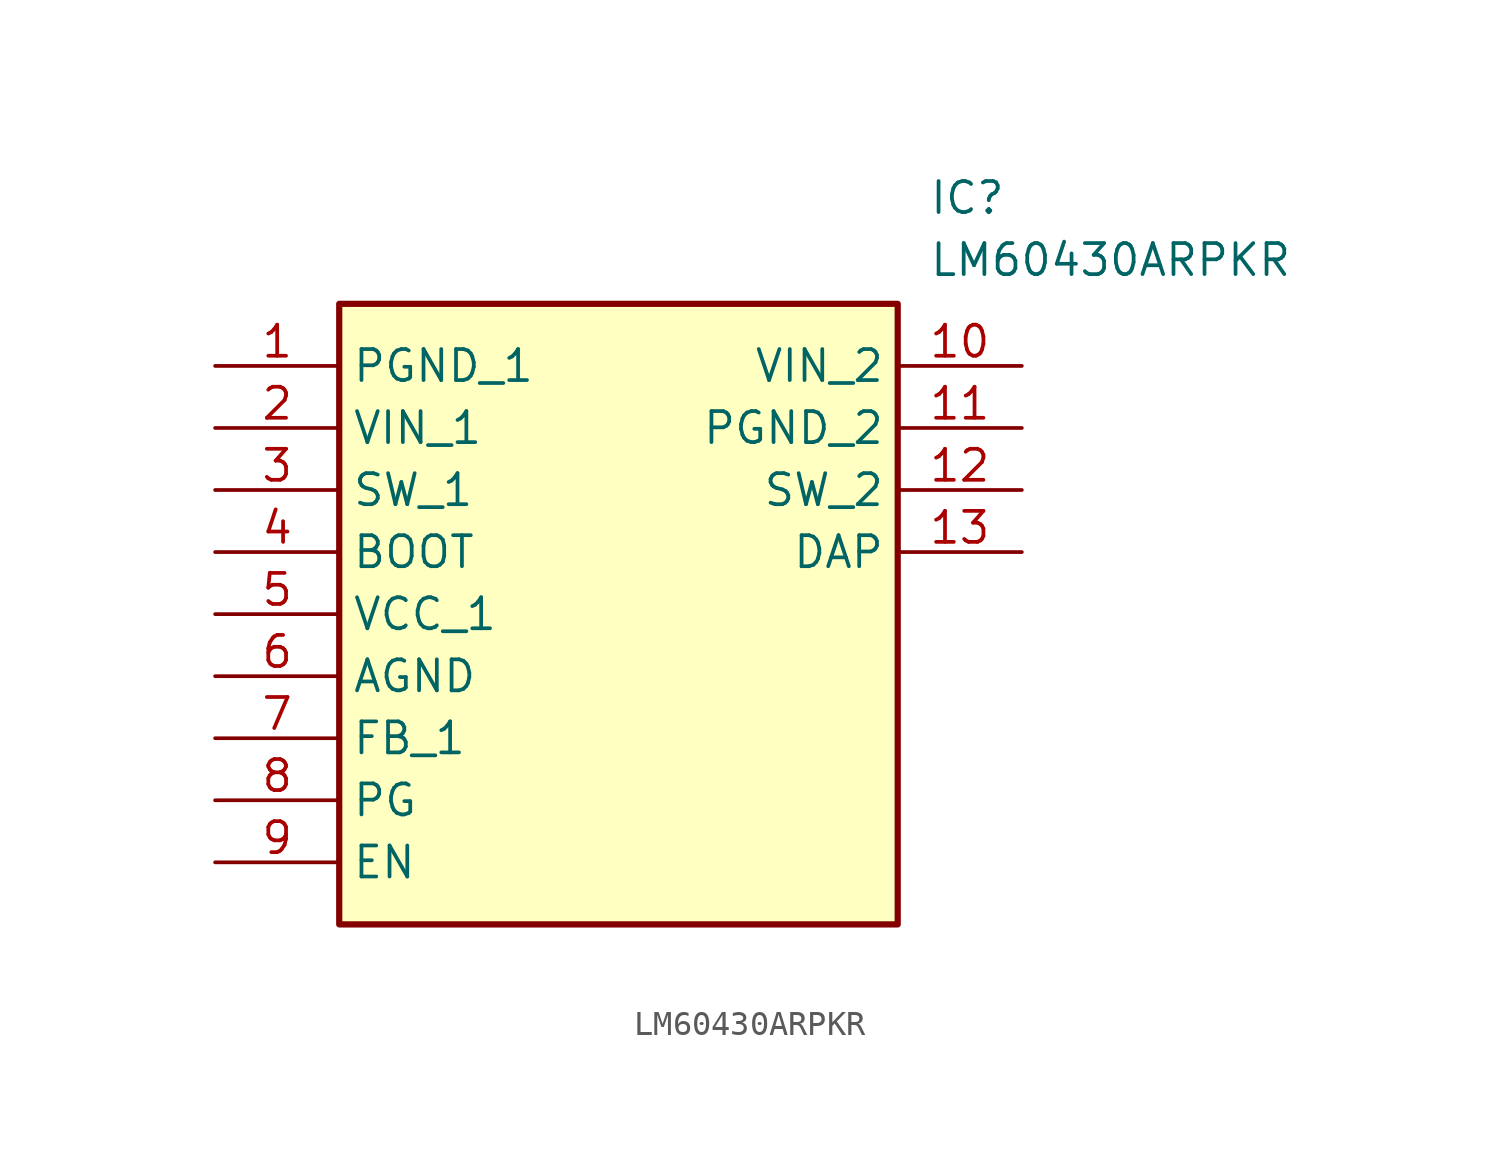
<source format=kicad_sym>
(kicad_symbol_lib
  (version 20241209)
  (generator "kicad_symbol_editor")
  (generator_version "9.0")
  (symbol "LM60430ARPKR"
    (property "Reference" "IC"
      (at 29.21 7.62 0)
      (effects (font (size 1.27 1.27)) (justify left top)))
    (property "Value" "LM60430ARPKR"
      (at 29.21 5.08 0)
      (effects (font (size 1.27 1.27)) (justify left top)))
    (symbol "LM60430ARPKR_1_1"
      (rectangle (start 5.08 2.54) (end 27.94 -22.86) (stroke (width 0.254) (type default)) (fill (type background)))
      (pin passive line (at 0 0 0) (length 5.08) (name "PGND_1" (effects (font (size 1.27 1.27)))) (number "1" (effects (font (size 1.27 1.27)))))
      (pin passive line (at 0 -2.54 0) (length 5.08) (name "VIN_1" (effects (font (size 1.27 1.27)))) (number "2" (effects (font (size 1.27 1.27)))))
      (pin passive line (at 0 -5.08 0) (length 5.08) (name "SW_1" (effects (font (size 1.27 1.27)))) (number "3" (effects (font (size 1.27 1.27)))))
      (pin passive line (at 0 -7.62 0) (length 5.08) (name "BOOT" (effects (font (size 1.27 1.27)))) (number "4" (effects (font (size 1.27 1.27)))))
      (pin passive line (at 0 -10.16 0) (length 5.08) (name "VCC_1" (effects (font (size 1.27 1.27)))) (number "5" (effects (font (size 1.27 1.27)))))
      (pin passive line (at 0 -12.7 0) (length 5.08) (name "AGND" (effects (font (size 1.27 1.27)))) (number "6" (effects (font (size 1.27 1.27)))))
      (pin passive line (at 0 -15.24 0) (length 5.08) (name "FB_1" (effects (font (size 1.27 1.27)))) (number "7" (effects (font (size 1.27 1.27)))))
      (pin passive line (at 0 -17.78 0) (length 5.08) (name "PG" (effects (font (size 1.27 1.27)))) (number "8" (effects (font (size 1.27 1.27)))))
      (pin passive line (at 0 -20.32 0) (length 5.08) (name "EN" (effects (font (size 1.27 1.27)))) (number "9" (effects (font (size 1.27 1.27)))))
      (pin passive line (at 33.02 0 180) (length 5.08) (name "VIN_2" (effects (font (size 1.27 1.27)))) (number "10" (effects (font (size 1.27 1.27)))))
      (pin passive line (at 33.02 -2.54 180) (length 5.08) (name "PGND_2" (effects (font (size 1.27 1.27)))) (number "11" (effects (font (size 1.27 1.27)))))
      (pin passive line (at 33.02 -5.08 180) (length 5.08) (name "SW_2" (effects (font (size 1.27 1.27)))) (number "12" (effects (font (size 1.27 1.27)))))
      (pin passive line (at 33.02 -7.62 180) (length 5.08) (name "DAP" (effects (font (size 1.27 1.27)))) (number "13" (effects (font (size 1.27 1.27))))))))
</source>
